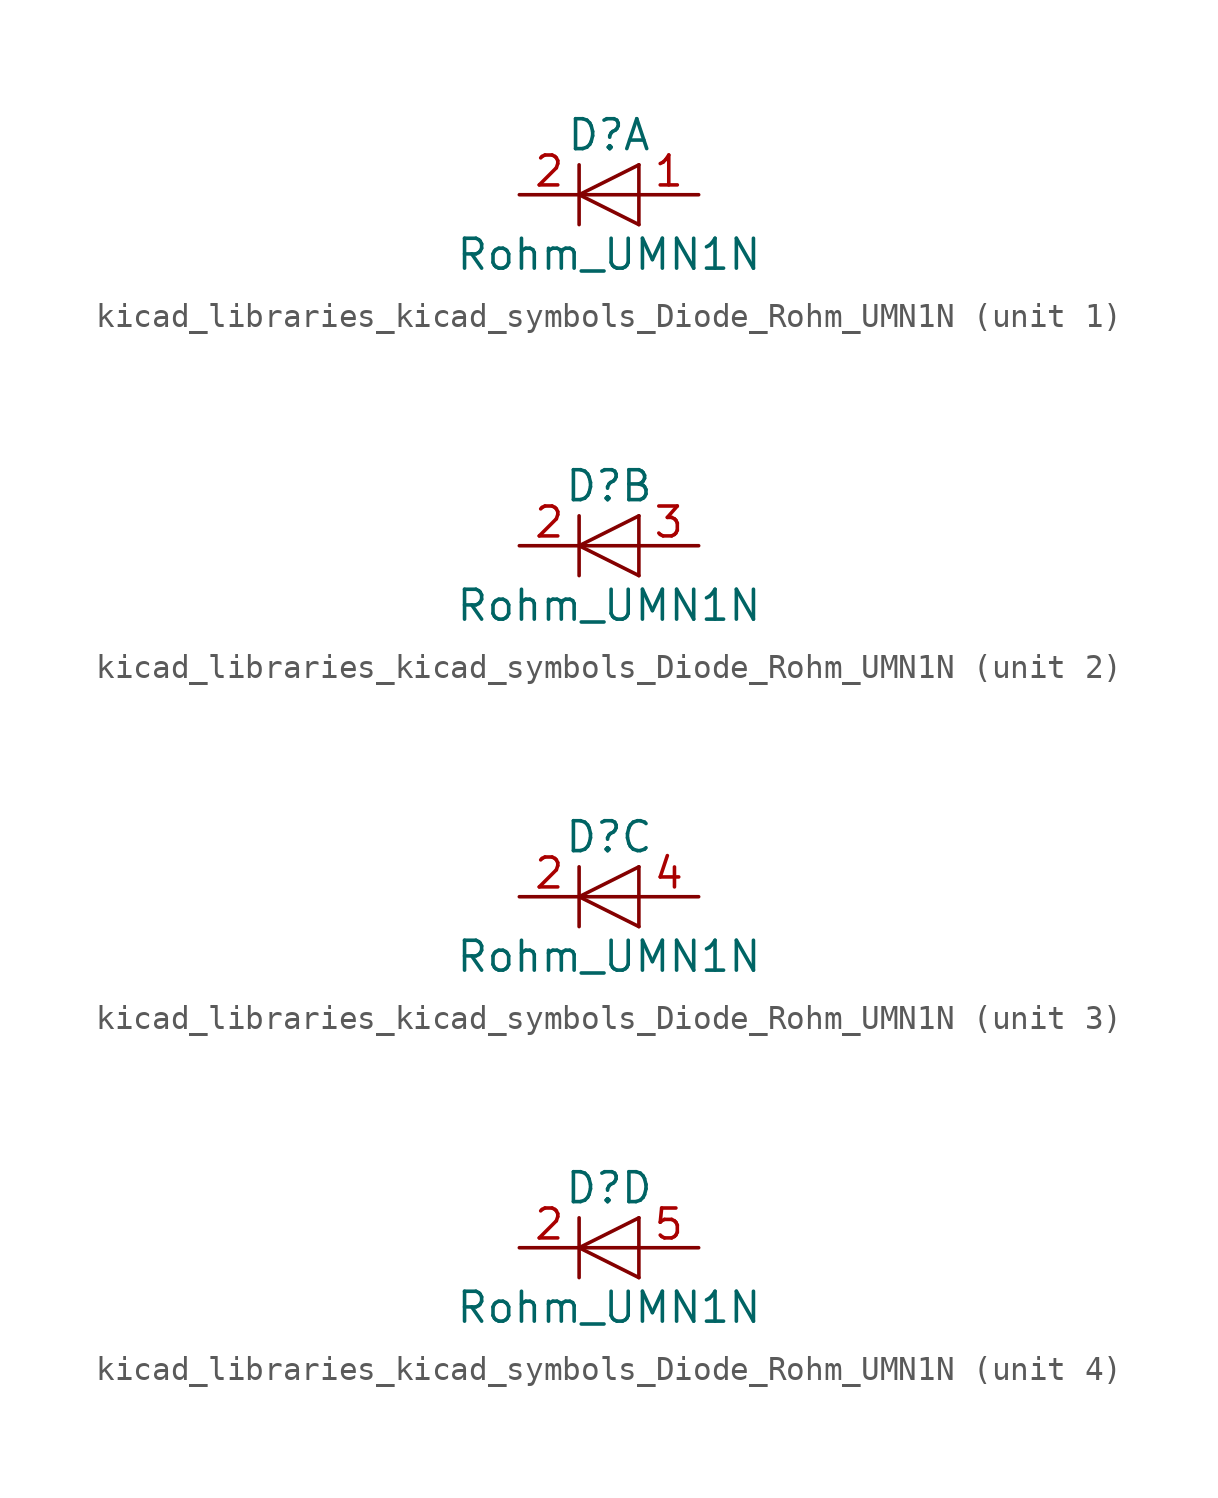
<source format=kicad_sym>
(kicad_symbol_lib
  (version 20220914)
  (generator kicad_symbol_editor)
  (symbol "kicad_libraries_kicad_symbols_Diode_Rohm_UMN1N"
    (pin_names
      (offset 1.016) hide)
    (property "Reference" "D"
      (at 0 2.54 0)
      (effects (font (size 1.27 1.27))))
    (property "Value" "Rohm_UMN1N"
      (at 0 -2.54 0)
      (effects (font (size 1.27 1.27))))
    (symbol "kicad_libraries_kicad_symbols_Diode_Rohm_UMN1N_0_1"
      (polyline (pts (xy -1.27 1.27) (xy -1.27 -1.27)) (stroke (width 0.152) (type default)) (fill (type none)))
      (polyline (pts (xy 1.27 -1.27) (xy 1.27 1.27)) (stroke (width 0) (type default)) (fill (type none)))
      (polyline (pts (xy 1.27 0) (xy -1.27 0)) (stroke (width 0) (type default)) (fill (type none)))
      (polyline (pts (xy 1.27 1.27) (xy -1.27 0) (xy 1.27 -1.27)) (stroke (width 0) (type default)) (fill (type none))))
    (symbol "kicad_libraries_kicad_symbols_Diode_Rohm_UMN1N_1_1"
      (pin passive line (at 3.81 0 180) (length 2.54) (name "A" (effects (font (size 1.27 1.27)))) (number "1" (effects (font (size 1.27 1.27)))))
      (pin passive line (at -3.81 0 0) (length 2.54) (name "K" (effects (font (size 1.27 1.27)))) (number "2" (effects (font (size 1.27 1.27))))))
    (symbol "kicad_libraries_kicad_symbols_Diode_Rohm_UMN1N_2_1"
      (pin passive line (at -3.81 0 0) (length 2.54) (name "K" (effects (font (size 1.27 1.27)))) (number "2" (effects (font (size 1.27 1.27)))))
      (pin passive line (at 3.81 0 180) (length 2.54) (name "A" (effects (font (size 1.27 1.27)))) (number "3" (effects (font (size 1.27 1.27))))))
    (symbol "kicad_libraries_kicad_symbols_Diode_Rohm_UMN1N_3_1"
      (pin passive line (at -3.81 0 0) (length 2.54) (name "K" (effects (font (size 1.27 1.27)))) (number "2" (effects (font (size 1.27 1.27)))))
      (pin passive line (at 3.81 0 180) (length 2.54) (name "A" (effects (font (size 1.27 1.27)))) (number "4" (effects (font (size 1.27 1.27))))))
    (symbol "kicad_libraries_kicad_symbols_Diode_Rohm_UMN1N_4_1"
      (pin passive line (at -3.81 0 0) (length 2.54) (name "K" (effects (font (size 1.27 1.27)))) (number "2" (effects (font (size 1.27 1.27)))))
      (pin passive line (at 3.81 0 180) (length 2.54) (name "A" (effects (font (size 1.27 1.27)))) (number "5" (effects (font (size 1.27 1.27))))))))
</source>
